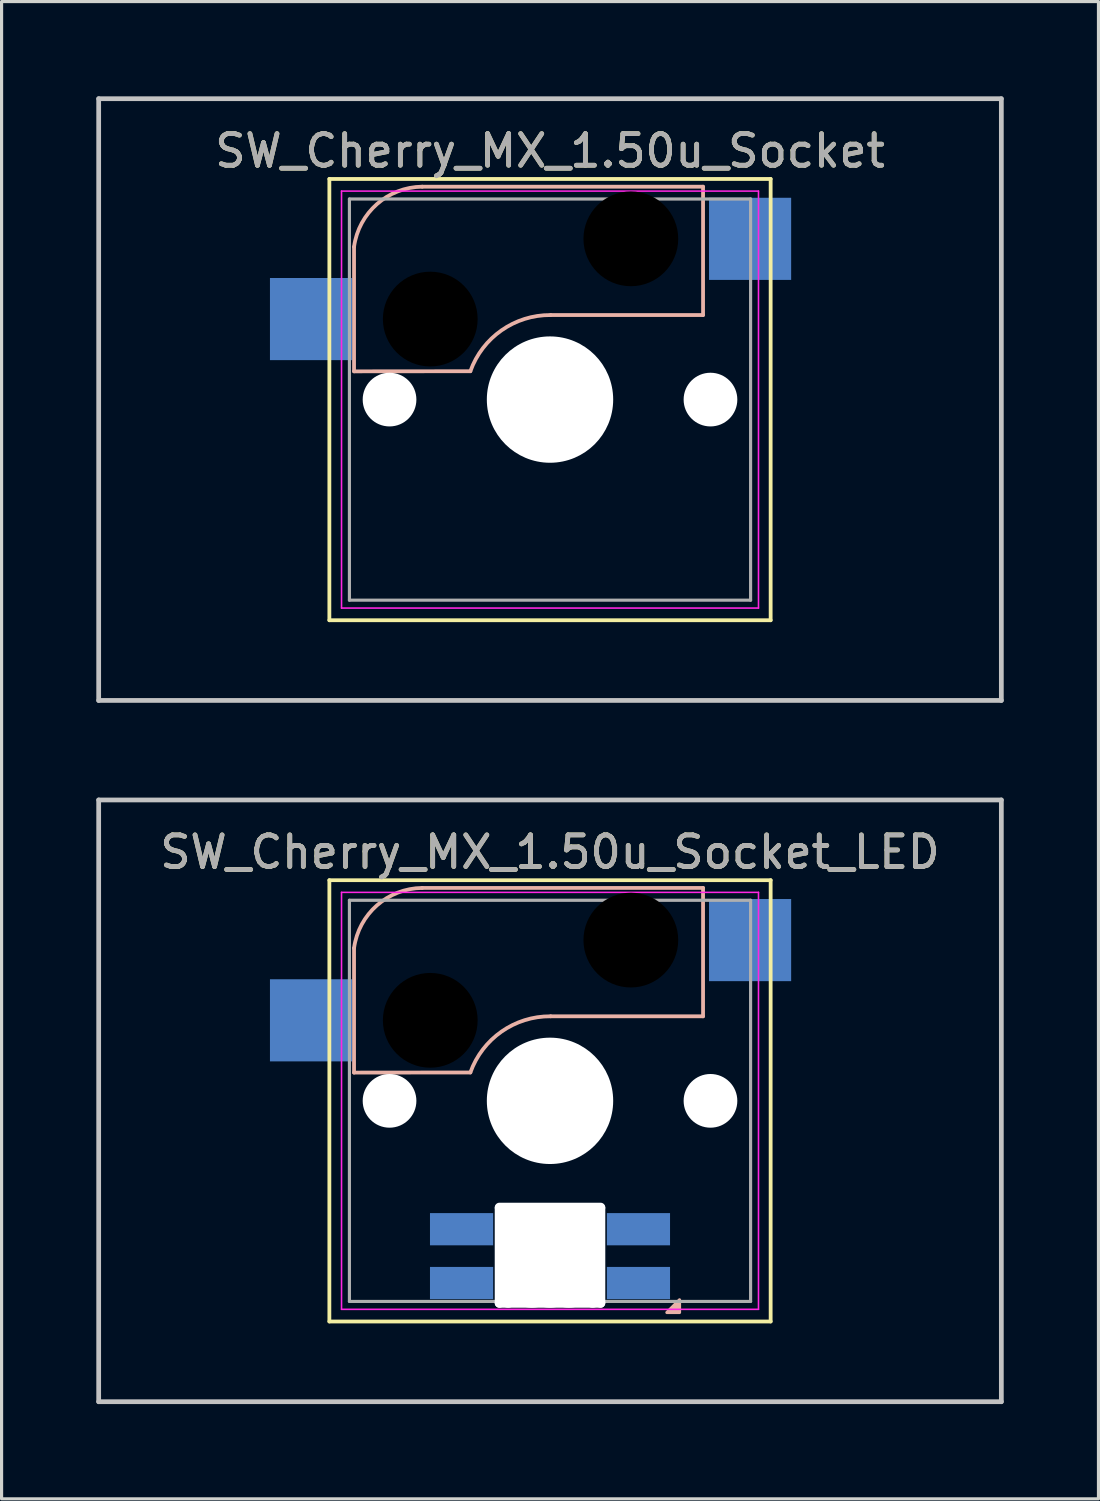
<source format=kicad_pcb>
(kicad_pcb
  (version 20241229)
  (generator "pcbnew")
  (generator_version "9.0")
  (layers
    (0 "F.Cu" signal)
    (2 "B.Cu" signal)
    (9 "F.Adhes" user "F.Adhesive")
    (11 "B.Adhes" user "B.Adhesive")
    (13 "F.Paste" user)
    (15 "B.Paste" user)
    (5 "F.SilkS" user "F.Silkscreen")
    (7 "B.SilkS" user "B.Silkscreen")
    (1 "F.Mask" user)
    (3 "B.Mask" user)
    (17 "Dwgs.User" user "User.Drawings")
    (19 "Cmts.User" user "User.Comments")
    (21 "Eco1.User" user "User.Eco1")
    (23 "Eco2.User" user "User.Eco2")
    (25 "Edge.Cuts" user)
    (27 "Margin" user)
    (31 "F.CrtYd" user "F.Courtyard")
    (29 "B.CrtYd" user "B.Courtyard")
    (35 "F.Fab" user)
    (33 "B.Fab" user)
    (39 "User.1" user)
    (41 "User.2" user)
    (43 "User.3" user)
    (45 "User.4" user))
  (footprint "SW_Cherry_MX_1.50u_Socket"
    (layer "F.Cu")
    (at 16.902 4.52)
    (property "Reference" "SW_Cherry_MX_1.50u_Socket" (at -2.54 -2.794 0) (layer "F.SilkS") (effects (font (size 1 1) (thickness 0.15))))
    (attr through_hole)
    (fp_line (start -9.525 -1.905) (end 4.445 -1.905) (stroke (width 0.12) (type solid)) (layer "F.SilkS"))
    (fp_line (start -9.525 12.065) (end -9.525 -1.905) (stroke (width 0.12) (type solid)) (layer "F.SilkS"))
    (fp_line (start 4.445 -1.905) (end 4.445 12.065) (stroke (width 0.12) (type solid)) (layer "F.SilkS"))
    (fp_line (start 4.445 12.065) (end -9.525 12.065) (stroke (width 0.12) (type solid)) (layer "F.SilkS"))
    (fp_line (start -8.744 4.186) (end -8.744 0.245) (stroke (width 0.12) (type solid)) (layer "B.SilkS"))
    (fp_line (start -8.744 4.186) (end -5.061 4.182) (stroke (width 0.12) (type solid)) (layer "B.SilkS"))
    (fp_line (start -2.521 2.404) (end 2.305 2.404) (stroke (width 0.12) (type solid)) (layer "B.SilkS"))
    (fp_line (start 2.305 -1.66) (end -6.585 -1.66) (stroke (width 0.12) (type solid)) (layer "B.SilkS"))
    (fp_line (start 2.305 2.404) (end 2.305 -1.66) (stroke (width 0.12) (type solid)) (layer "B.SilkS"))
    (fp_arc (start -8.74408 0.244744) (mid -8.018786 -1.10919) (end -6.58508 -1.660256) (stroke (width 0.12) (type solid)) (layer "B.SilkS"))
    (fp_arc (start -5.06108 4.181744) (mid -4.074771 2.887471) (end -2.52108 2.403744) (stroke (width 0.12) (type solid)) (layer "B.SilkS"))
    (fp_line (start -16.828 -4.445) (end 11.748 -4.445) (stroke (width 0.15) (type solid)) (layer "Dwgs.User"))
    (fp_line (start -16.828 14.605) (end -16.828 -4.445) (stroke (width 0.15) (type solid)) (layer "Dwgs.User"))
    (fp_line (start 11.748 -4.445) (end 11.748 14.605) (stroke (width 0.15) (type solid)) (layer "Dwgs.User"))
    (fp_line (start 11.748 14.605) (end -16.828 14.605) (stroke (width 0.15) (type solid)) (layer "Dwgs.User"))
    (fp_line (start -9.14 -1.52) (end 4.06 -1.52) (stroke (width 0.05) (type solid)) (layer "F.CrtYd"))
    (fp_line (start -9.14 11.68) (end -9.14 -1.52) (stroke (width 0.05) (type solid)) (layer "F.CrtYd"))
    (fp_line (start 4.06 -1.52) (end 4.06 11.68) (stroke (width 0.05) (type solid)) (layer "F.CrtYd"))
    (fp_line (start 4.06 11.68) (end -9.14 11.68) (stroke (width 0.05) (type solid)) (layer "F.CrtYd"))
    (fp_line (start -8.89 -1.27) (end 3.81 -1.27) (stroke (width 0.1) (type solid)) (layer "F.Fab"))
    (fp_line (start -8.89 11.43) (end -8.89 -1.27) (stroke (width 0.1) (type solid)) (layer "F.Fab"))
    (fp_line (start 3.81 -1.27) (end 3.81 11.43) (stroke (width 0.1) (type solid)) (layer "F.Fab"))
    (fp_line (start 3.81 11.43) (end -8.89 11.43) (stroke (width 0.1) (type solid)) (layer "F.Fab"))
    (fp_text user "${REFERENCE}" (at -2.54 -2.794 0) (layer "F.Fab") (effects (font (size 1 1) (thickness 0.15))))
    (pad "" np_thru_hole circle (at -7.62 5.08) (size 1.7 1.7) (drill 1.7) (layers "*.Cu" "*.Mask"))
    (pad "" np_thru_hole circle (at -6.331 2.531 180) (size 3 3) (drill 3) (layers "*.Mask"))
    (pad "" np_thru_hole circle (at -2.54 5.08) (size 4 4) (drill 4) (layers "*.Cu" "*.Mask"))
    (pad "" np_thru_hole circle (at 0.019 -0.009 270) (size 3 3) (drill 3) (layers "*.Mask"))
    (pad "" np_thru_hole circle (at 2.54 5.08) (size 1.7 1.7) (drill 1.7) (layers "*.Cu" "*.Mask"))
    (pad "1" smd rect (at 3.794 -0.009 180) (size 2.6 2.6) (layers "B.Cu" "B.Mask" "B.Paste"))
    (pad "2" smd rect (at -10.106 2.531 180) (size 2.6 2.6) (layers "B.Cu" "B.Mask" "B.Paste")))
  (footprint "SW_Cherry_MX_1.50u_Socket_LED"
    (layer "F.Cu")
    (at 16.902 26.72)
    (property "Reference" "SW_Cherry_MX_1.50u_Socket_LED" (at -2.54 -2.794 0) (layer "F.SilkS") (effects (font (size 1 1) (thickness 0.15))))
    (attr through_hole)
    (fp_line (start -9.525 -1.905) (end 4.445 -1.905) (stroke (width 0.12) (type solid)) (layer "F.SilkS"))
    (fp_line (start -9.525 12.065) (end -9.525 -1.905) (stroke (width 0.12) (type solid)) (layer "F.SilkS"))
    (fp_line (start 4.445 -1.905) (end 4.445 12.065) (stroke (width 0.12) (type solid)) (layer "F.SilkS"))
    (fp_line (start 4.445 12.065) (end -9.525 12.065) (stroke (width 0.12) (type solid)) (layer "F.SilkS"))
    (fp_line (start -8.744 4.186) (end -8.744 0.245) (stroke (width 0.12) (type solid)) (layer "B.SilkS"))
    (fp_line (start -8.744 4.186) (end -5.061 4.182) (stroke (width 0.12) (type solid)) (layer "B.SilkS"))
    (fp_line (start -2.521 2.404) (end 2.305 2.404) (stroke (width 0.12) (type solid)) (layer "B.SilkS"))
    (fp_line (start 2.305 -1.66) (end -6.585 -1.66) (stroke (width 0.12) (type solid)) (layer "B.SilkS"))
    (fp_line (start 2.305 2.404) (end 2.305 -1.66) (stroke (width 0.12) (type solid)) (layer "B.SilkS"))
    (fp_arc (start -8.74408 0.244744) (mid -8.018786 -1.10919) (end -6.58508 -1.660256) (stroke (width 0.12) (type solid)) (layer "B.SilkS"))
    (fp_arc (start -5.06108 4.181744) (mid -4.074771 2.887471) (end -2.52108 2.403744) (stroke (width 0.12) (type solid)) (layer "B.SilkS"))
    (fp_poly (pts (xy 1.56 11.38) (xy 1.56 11.78) (xy 1.16 11.78)) (stroke (width 0.1) (type solid)) (fill yes) (layer "B.SilkS"))
    (fp_line (start -16.828 -4.445) (end 11.748 -4.445) (stroke (width 0.15) (type solid)) (layer "Dwgs.User"))
    (fp_line (start -16.828 14.605) (end -16.828 -4.445) (stroke (width 0.15) (type solid)) (layer "Dwgs.User"))
    (fp_line (start 11.748 -4.445) (end 11.748 14.605) (stroke (width 0.15) (type solid)) (layer "Dwgs.User"))
    (fp_line (start 11.748 14.605) (end -16.828 14.605) (stroke (width 0.15) (type solid)) (layer "Dwgs.User"))
    (fp_line (start -9.14 -1.52) (end 4.06 -1.52) (stroke (width 0.05) (type solid)) (layer "F.CrtYd"))
    (fp_line (start -9.14 11.68) (end -9.14 -1.52) (stroke (width 0.05) (type solid)) (layer "F.CrtYd"))
    (fp_line (start 4.06 -1.52) (end 4.06 11.68) (stroke (width 0.05) (type solid)) (layer "F.CrtYd"))
    (fp_line (start 4.06 11.68) (end -9.14 11.68) (stroke (width 0.05) (type solid)) (layer "F.CrtYd"))
    (fp_line (start -8.89 -1.27) (end 3.81 -1.27) (stroke (width 0.1) (type solid)) (layer "F.Fab"))
    (fp_line (start -8.89 11.43) (end -8.89 -1.27) (stroke (width 0.1) (type solid)) (layer "F.Fab"))
    (fp_line (start 3.81 -1.27) (end 3.81 11.43) (stroke (width 0.1) (type solid)) (layer "F.Fab"))
    (fp_line (start 3.81 11.43) (end -8.89 11.43) (stroke (width 0.1) (type solid)) (layer "F.Fab"))
    (fp_text user "${REFERENCE}" (at -2.54 -2.794 0) (layer "F.Fab") (effects (font (size 1 1) (thickness 0.15))))
    (pad "" np_thru_hole circle (at -7.62 5.08) (size 1.7 1.7) (drill 1.7) (layers "*.Cu" "*.Mask"))
    (pad "" np_thru_hole circle (at -6.331 2.531 180) (size 3 3) (drill 3) (layers "*.Mask"))
    (pad "" np_thru_hole oval (at -4.14 9.98 180) (size 0.3 3.3) (drill oval 0.3 3.3) (layers "*.Cu" "*.Mask"))
    (pad "" np_thru_hole oval (at -3.865 9.98 180) (size 0.5 3.3) (drill oval 0.5 3.3) (layers "*.Cu" "*.Mask"))
    (pad "" np_thru_hole oval (at -3.115 9.98 180) (size 1.7 3.3) (drill oval 1.7 3.3) (layers "*.Cu" "*.Mask"))
    (pad "" np_thru_hole circle (at -2.54 5.08 90) (size 4 4) (drill 4) (layers "*.Cu" "*.Mask"))
    (pad "" np_thru_hole oval (at -2.54 8.455 90) (size 0.3 3.5) (drill oval 0.3 3.5) (layers "*.Cu" "*.Mask"))
    (pad "" np_thru_hole oval (at -2.54 9.98 180) (size 1.7 3.3) (drill oval 1.7 3.3) (layers "*.Cu" "*.Mask"))
    (pad "" np_thru_hole oval (at -2.54 11.48 90) (size 0.3 3.5) (drill oval 0.3 3.5) (layers "*.Cu" "*.Mask"))
    (pad "" np_thru_hole oval (at -1.94 9.98 180) (size 1.65 3.3) (drill oval 1.65 3.3) (layers "*.Cu" "*.Mask"))
    (pad "" np_thru_hole oval (at -1.19 9.98) (size 0.5 3.3) (drill oval 0.5 3.3) (layers "*.Cu" "*.Mask"))
    (pad "" np_thru_hole oval (at -0.94 9.98 180) (size 0.3 3.3) (drill oval 0.3 3.3) (layers "*.Cu" "*.Mask"))
    (pad "" np_thru_hole circle (at 0.019 -0.009 180) (size 3 3) (drill 3) (layers "*.Mask"))
    (pad "" np_thru_hole circle (at 2.54 5.08) (size 1.7 1.7) (drill 1.7) (layers "*.Cu" "*.Mask"))
    (pad "1" smd rect (at 3.794 -0.009 180) (size 2.6 2.6) (layers "B.Cu" "B.Mask" "B.Paste"))
    (pad "2" smd rect (at -10.106 2.531 180) (size 2.6 2.6) (layers "B.Cu" "B.Mask" "B.Paste"))
    (pad "3" smd rect (at -5.34 9.144 180) (size 2 1.02) (layers "B.Cu" "B.Mask" "B.Paste"))
    (pad "4" smd rect (at -5.34 10.848 180) (size 2 1.02) (layers "B.Cu" "B.Mask" "B.Paste"))
    (pad "5" smd rect (at 0.26 10.848 180) (size 2 1.02) (layers "B.Cu" "B.Mask" "B.Paste"))
    (pad "6" smd rect (at 0.26 9.144 180) (size 2 1.02) (layers "B.Cu" "B.Mask" "B.Paste")))
  (gr_rect
    (start -3 -3)
    (end 31.725 44.4)
    (stroke (width 0.1) (type default))
    (fill no)
    (layer "Edge.Cuts")))
</source>
